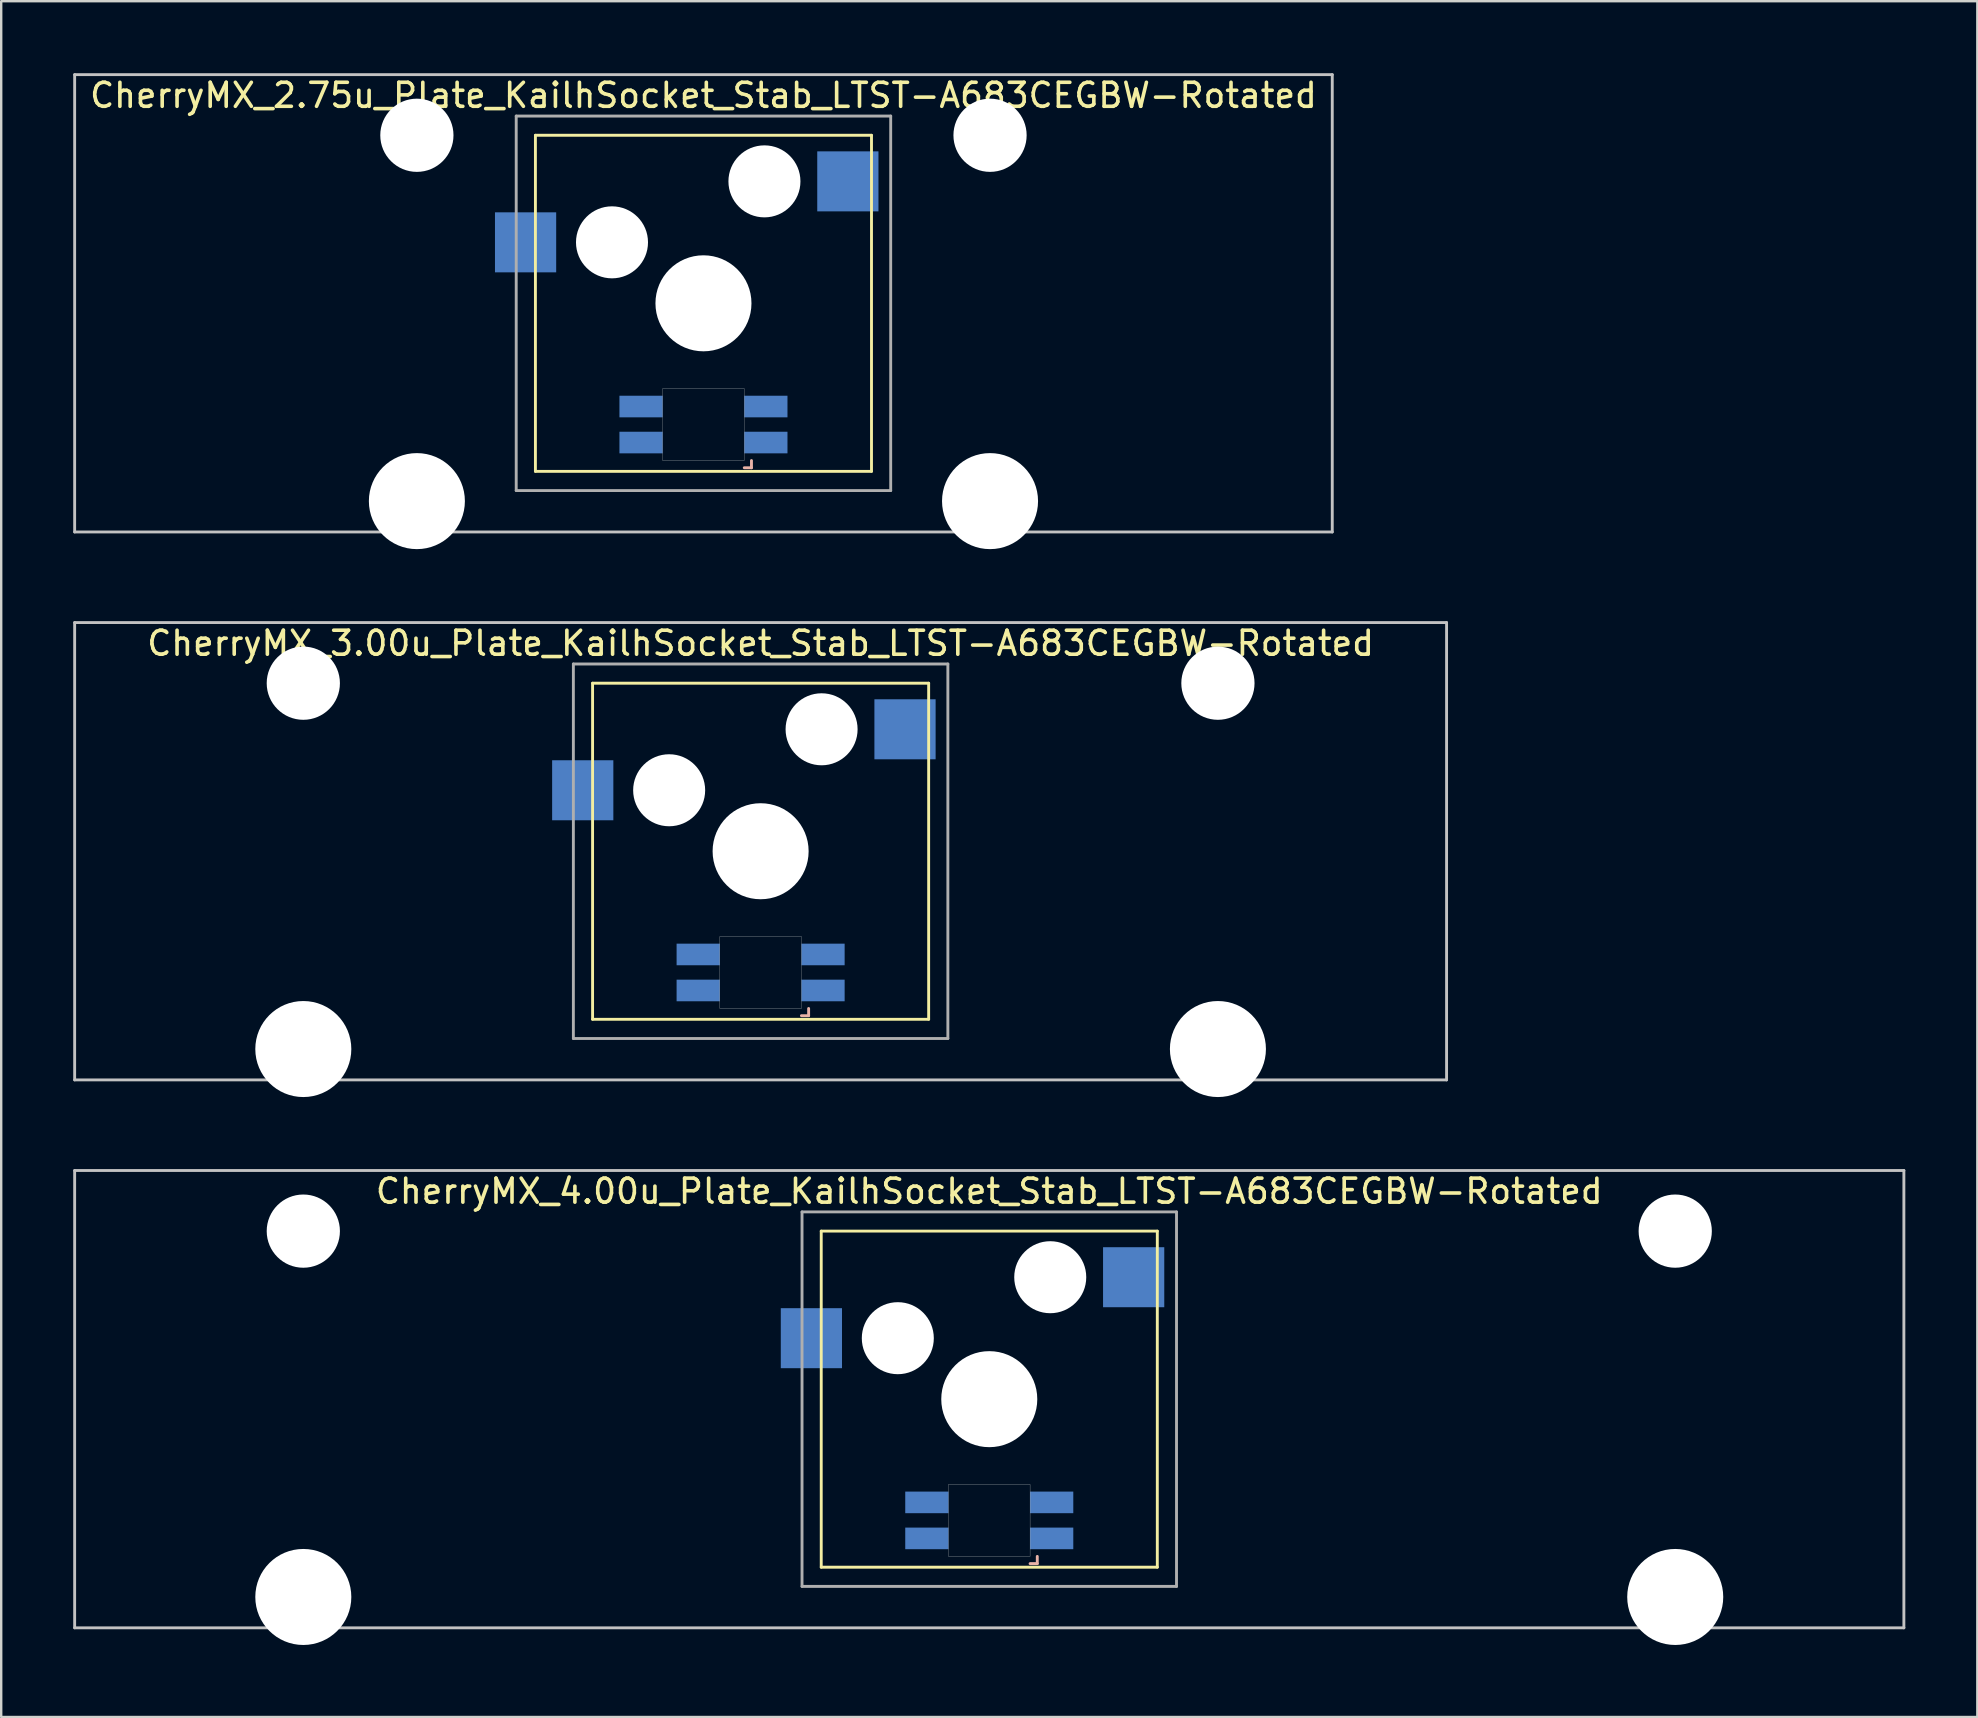
<source format=kicad_pcb>
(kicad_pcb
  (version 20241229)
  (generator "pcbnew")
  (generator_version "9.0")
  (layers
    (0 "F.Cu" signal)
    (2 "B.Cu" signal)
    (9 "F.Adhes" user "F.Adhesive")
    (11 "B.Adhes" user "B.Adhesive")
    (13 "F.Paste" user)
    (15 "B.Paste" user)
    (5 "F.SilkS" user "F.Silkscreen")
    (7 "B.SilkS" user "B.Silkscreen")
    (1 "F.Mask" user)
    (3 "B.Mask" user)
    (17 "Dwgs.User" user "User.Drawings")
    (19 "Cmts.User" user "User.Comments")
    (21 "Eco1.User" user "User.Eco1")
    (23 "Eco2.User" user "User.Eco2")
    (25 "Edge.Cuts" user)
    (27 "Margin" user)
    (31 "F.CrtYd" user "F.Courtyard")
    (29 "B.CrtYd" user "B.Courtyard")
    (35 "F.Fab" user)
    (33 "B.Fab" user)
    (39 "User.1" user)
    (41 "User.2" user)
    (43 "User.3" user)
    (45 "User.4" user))
  (footprint "CherryMX_2.75u_Plate_KailhSocket_Stab_LTST-A683CEGBW-Rotated"
    (layer "F.Cu")
    (at 26.254 9.585)
    (property "Reference" "CherryMX_2.75u_Plate_KailhSocket_Stab_LTST-A683CEGBW-Rotated" (at 0 -8.662 0) (layer "F.SilkS") (effects (font (size 1 1) (thickness 0.15))))
    (attr through_hole)
    (fp_line (start -7 -7) (end -7 7) (stroke (width 0.12) (type solid)) (layer "F.SilkS"))
    (fp_line (start -7 -7) (end 7 -7) (stroke (width 0.12) (type solid)) (layer "F.SilkS"))
    (fp_line (start 7 -7) (end 7 7) (stroke (width 0.12) (type solid)) (layer "F.SilkS"))
    (fp_line (start 7 7) (end -7 7) (stroke (width 0.12) (type solid)) (layer "F.SilkS"))
    (fp_line (start 1.7 6.85) (end 2 6.85) (stroke (width 0.12) (type solid)) (layer "B.SilkS"))
    (fp_line (start 2 6.85) (end 2 6.55) (stroke (width 0.12) (type solid)) (layer "B.SilkS"))
    (fp_line (start -26.194 -9.525) (end 26.194 -9.525) (stroke (width 0.12) (type solid)) (layer "Dwgs.User"))
    (fp_line (start -26.194 9.525) (end -26.194 -9.525) (stroke (width 0.12) (type solid)) (layer "Dwgs.User"))
    (fp_line (start 26.194 -9.525) (end 26.194 9.525) (stroke (width 0.12) (type solid)) (layer "Dwgs.User"))
    (fp_line (start 26.194 9.525) (end -26.194 9.525) (stroke (width 0.12) (type solid)) (layer "Dwgs.User"))
    (fp_poly (pts (xy -1.7 3.55) (xy 1.7 3.55) (xy 1.7 6.55) (xy -1.7 6.55)) (stroke (width 0.01) (type solid)) (fill no) (layer "Edge.Cuts"))
    (fp_line (start -7.8 -7.8) (end -7.8 7.8) (stroke (width 0.12) (type solid)) (layer "F.Fab"))
    (fp_line (start -7.8 -7.8) (end 7.8 -7.8) (stroke (width 0.12) (type solid)) (layer "F.Fab"))
    (fp_line (start -7.8 7.8) (end 7.8 7.8) (stroke (width 0.12) (type solid)) (layer "F.Fab"))
    (fp_line (start 7.8 -7.8) (end 7.8 7.8) (stroke (width 0.12) (type solid)) (layer "F.Fab"))
    (pad "" np_thru_hole circle (at -11.938 -7) (size 3.05 3.05) (drill 3.05) (layers "*.Cu" "*.Mask"))
    (pad "" np_thru_hole circle (at -11.938 8.24) (size 4 4) (drill 4) (layers "*.Cu" "*.Mask"))
    (pad "" np_thru_hole circle (at -3.81 -2.54) (size 3 3) (drill 3) (layers "*.Cu" "*.Mask"))
    (pad "" np_thru_hole circle (at 0 0) (size 4 4) (drill 4) (layers "*.Cu" "*.Mask"))
    (pad "" np_thru_hole circle (at 2.54 -5.08) (size 3 3) (drill 3) (layers "*.Cu" "*.Mask"))
    (pad "" np_thru_hole circle (at 11.938 -7) (size 3.05 3.05) (drill 3.05) (layers "*.Cu" "*.Mask"))
    (pad "" np_thru_hole circle (at 11.938 8.24) (size 4 4) (drill 4) (layers "*.Cu" "*.Mask"))
    (pad "1" smd rect (at -7.41 -2.54) (size 2.55 2.5) (layers "B.Cu" "B.Mask" "B.Paste"))
    (pad "2" smd rect (at 6.015 -5.08) (size 2.55 2.5) (layers "B.Cu" "B.Mask" "B.Paste"))
    (pad "3" smd rect (at 2.6 5.8 180) (size 1.8 0.9) (layers "B.Cu" "B.Mask" "B.Paste"))
    (pad "4" smd rect (at 2.6 4.3 180) (size 1.8 0.9) (layers "B.Cu" "B.Mask" "B.Paste"))
    (pad "5" smd rect (at -2.6 5.8 180) (size 1.8 0.9) (layers "B.Cu" "B.Mask" "B.Paste"))
    (pad "6" smd rect (at -2.6 4.3 180) (size 1.8 0.9) (layers "B.Cu" "B.Mask" "B.Paste")))
  (footprint "CherryMX_4.00u_Plate_KailhSocket_Stab_LTST-A683CEGBW-Rotated"
    (layer "F.Cu")
    (at 38.16 55.235)
    (property "Reference" "CherryMX_4.00u_Plate_KailhSocket_Stab_LTST-A683CEGBW-Rotated" (at 0 -8.662 0) (layer "F.SilkS") (effects (font (size 1 1) (thickness 0.15))))
    (attr through_hole)
    (fp_line (start -7 -7) (end -7 7) (stroke (width 0.12) (type solid)) (layer "F.SilkS"))
    (fp_line (start -7 -7) (end 7 -7) (stroke (width 0.12) (type solid)) (layer "F.SilkS"))
    (fp_line (start 7 -7) (end 7 7) (stroke (width 0.12) (type solid)) (layer "F.SilkS"))
    (fp_line (start 7 7) (end -7 7) (stroke (width 0.12) (type solid)) (layer "F.SilkS"))
    (fp_line (start 1.7 6.85) (end 2 6.85) (stroke (width 0.12) (type solid)) (layer "B.SilkS"))
    (fp_line (start 2 6.85) (end 2 6.55) (stroke (width 0.12) (type solid)) (layer "B.SilkS"))
    (fp_line (start -38.1 -9.525) (end 38.1 -9.525) (stroke (width 0.12) (type solid)) (layer "Dwgs.User"))
    (fp_line (start -38.1 9.525) (end -38.1 -9.525) (stroke (width 0.12) (type solid)) (layer "Dwgs.User"))
    (fp_line (start 38.1 -9.525) (end 38.1 9.525) (stroke (width 0.12) (type solid)) (layer "Dwgs.User"))
    (fp_line (start 38.1 9.525) (end -38.1 9.525) (stroke (width 0.12) (type solid)) (layer "Dwgs.User"))
    (fp_poly (pts (xy -1.7 3.55) (xy 1.7 3.55) (xy 1.7 6.55) (xy -1.7 6.55)) (stroke (width 0.01) (type solid)) (fill no) (layer "Edge.Cuts"))
    (fp_line (start -7.8 -7.8) (end -7.8 7.8) (stroke (width 0.12) (type solid)) (layer "F.Fab"))
    (fp_line (start -7.8 -7.8) (end 7.8 -7.8) (stroke (width 0.12) (type solid)) (layer "F.Fab"))
    (fp_line (start -7.8 7.8) (end 7.8 7.8) (stroke (width 0.12) (type solid)) (layer "F.Fab"))
    (fp_line (start 7.8 -7.8) (end 7.8 7.8) (stroke (width 0.12) (type solid)) (layer "F.Fab"))
    (pad "" np_thru_hole circle (at -28.575 -7) (size 3.05 3.05) (drill 3.05) (layers "*.Cu" "*.Mask"))
    (pad "" np_thru_hole circle (at -28.575 8.24) (size 4 4) (drill 4) (layers "*.Cu" "*.Mask"))
    (pad "" np_thru_hole circle (at -3.81 -2.54) (size 3 3) (drill 3) (layers "*.Cu" "*.Mask"))
    (pad "" np_thru_hole circle (at 0 0) (size 4 4) (drill 4) (layers "*.Cu" "*.Mask"))
    (pad "" np_thru_hole circle (at 2.54 -5.08) (size 3 3) (drill 3) (layers "*.Cu" "*.Mask"))
    (pad "" np_thru_hole circle (at 28.575 -7) (size 3.05 3.05) (drill 3.05) (layers "*.Cu" "*.Mask"))
    (pad "" np_thru_hole circle (at 28.575 8.24) (size 4 4) (drill 4) (layers "*.Cu" "*.Mask"))
    (pad "1" smd rect (at -7.41 -2.54) (size 2.55 2.5) (layers "B.Cu" "B.Mask" "B.Paste"))
    (pad "2" smd rect (at 6.015 -5.08) (size 2.55 2.5) (layers "B.Cu" "B.Mask" "B.Paste"))
    (pad "3" smd rect (at 2.6 5.8 180) (size 1.8 0.9) (layers "B.Cu" "B.Mask" "B.Paste"))
    (pad "4" smd rect (at 2.6 4.3 180) (size 1.8 0.9) (layers "B.Cu" "B.Mask" "B.Paste"))
    (pad "5" smd rect (at -2.6 5.8 180) (size 1.8 0.9) (layers "B.Cu" "B.Mask" "B.Paste"))
    (pad "6" smd rect (at -2.6 4.3 180) (size 1.8 0.9) (layers "B.Cu" "B.Mask" "B.Paste")))
  (footprint "CherryMX_3.00u_Plate_KailhSocket_Stab_LTST-A683CEGBW-Rotated"
    (layer "F.Cu")
    (at 28.635 32.41)
    (property "Reference" "CherryMX_3.00u_Plate_KailhSocket_Stab_LTST-A683CEGBW-Rotated" (at 0 -8.662 0) (layer "F.SilkS") (effects (font (size 1 1) (thickness 0.15))))
    (attr through_hole)
    (fp_line (start -7 -7) (end -7 7) (stroke (width 0.12) (type solid)) (layer "F.SilkS"))
    (fp_line (start -7 -7) (end 7 -7) (stroke (width 0.12) (type solid)) (layer "F.SilkS"))
    (fp_line (start 7 -7) (end 7 7) (stroke (width 0.12) (type solid)) (layer "F.SilkS"))
    (fp_line (start 7 7) (end -7 7) (stroke (width 0.12) (type solid)) (layer "F.SilkS"))
    (fp_line (start 1.7 6.85) (end 2 6.85) (stroke (width 0.12) (type solid)) (layer "B.SilkS"))
    (fp_line (start 2 6.85) (end 2 6.55) (stroke (width 0.12) (type solid)) (layer "B.SilkS"))
    (fp_line (start -28.575 -9.525) (end 28.575 -9.525) (stroke (width 0.12) (type solid)) (layer "Dwgs.User"))
    (fp_line (start -28.575 9.525) (end -28.575 -9.525) (stroke (width 0.12) (type solid)) (layer "Dwgs.User"))
    (fp_line (start 28.575 -9.525) (end 28.575 9.525) (stroke (width 0.12) (type solid)) (layer "Dwgs.User"))
    (fp_line (start 28.575 9.525) (end -28.575 9.525) (stroke (width 0.12) (type solid)) (layer "Dwgs.User"))
    (fp_poly (pts (xy -1.7 3.55) (xy 1.7 3.55) (xy 1.7 6.55) (xy -1.7 6.55)) (stroke (width 0.01) (type solid)) (fill no) (layer "Edge.Cuts"))
    (fp_line (start -7.8 -7.8) (end -7.8 7.8) (stroke (width 0.12) (type solid)) (layer "F.Fab"))
    (fp_line (start -7.8 -7.8) (end 7.8 -7.8) (stroke (width 0.12) (type solid)) (layer "F.Fab"))
    (fp_line (start -7.8 7.8) (end 7.8 7.8) (stroke (width 0.12) (type solid)) (layer "F.Fab"))
    (fp_line (start 7.8 -7.8) (end 7.8 7.8) (stroke (width 0.12) (type solid)) (layer "F.Fab"))
    (pad "" np_thru_hole circle (at -19.05 -7) (size 3.05 3.05) (drill 3.05) (layers "*.Cu" "*.Mask"))
    (pad "" np_thru_hole circle (at -19.05 8.24) (size 4 4) (drill 4) (layers "*.Cu" "*.Mask"))
    (pad "" np_thru_hole circle (at -3.81 -2.54) (size 3 3) (drill 3) (layers "*.Cu" "*.Mask"))
    (pad "" np_thru_hole circle (at 0 0) (size 4 4) (drill 4) (layers "*.Cu" "*.Mask"))
    (pad "" np_thru_hole circle (at 2.54 -5.08) (size 3 3) (drill 3) (layers "*.Cu" "*.Mask"))
    (pad "" np_thru_hole circle (at 19.05 -7) (size 3.05 3.05) (drill 3.05) (layers "*.Cu" "*.Mask"))
    (pad "" np_thru_hole circle (at 19.05 8.24) (size 4 4) (drill 4) (layers "*.Cu" "*.Mask"))
    (pad "1" smd rect (at -7.41 -2.54) (size 2.55 2.5) (layers "B.Cu" "B.Mask" "B.Paste"))
    (pad "2" smd rect (at 6.015 -5.08) (size 2.55 2.5) (layers "B.Cu" "B.Mask" "B.Paste"))
    (pad "3" smd rect (at 2.6 5.8 180) (size 1.8 0.9) (layers "B.Cu" "B.Mask" "B.Paste"))
    (pad "4" smd rect (at 2.6 4.3 180) (size 1.8 0.9) (layers "B.Cu" "B.Mask" "B.Paste"))
    (pad "5" smd rect (at -2.6 5.8 180) (size 1.8 0.9) (layers "B.Cu" "B.Mask" "B.Paste"))
    (pad "6" smd rect (at -2.6 4.3 180) (size 1.8 0.9) (layers "B.Cu" "B.Mask" "B.Paste")))
  (gr_rect
    (start -3 -3)
    (end 79.32 68.475)
    (stroke (width 0.1) (type default))
    (fill no)
    (layer "Edge.Cuts")))
</source>
